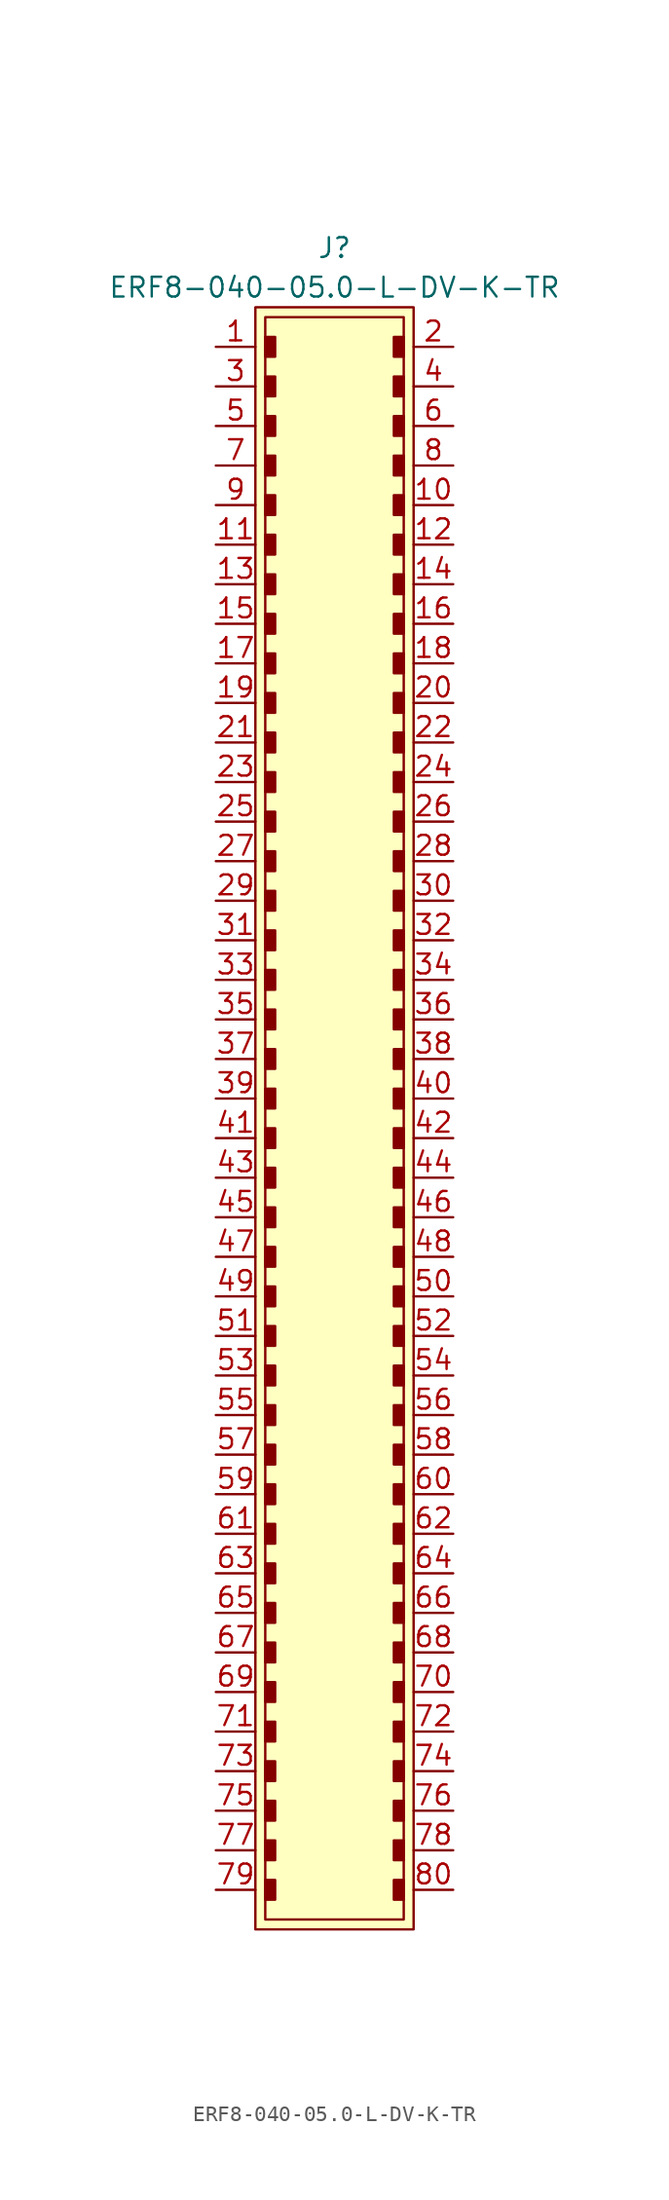
<source format=kicad_sym>
(kicad_symbol_lib
  (version 20220914)
  (generator kicad_symbol_editor)
  (symbol "ERF8-040-05.0-L-DV-K-TR"
    (property "Reference" "J"
      (at 0 0 0)
      (effects (font (size 1.27 1.27))))
    (property "Value" "ERF8-040-05.0-L-DV-K-TR"
      (at 0 -2.54 0)
      (effects (font (size 1.27 1.27))))
    (symbol "ERF8-040-05.0-L-DV-K-TR_0_1"
      (rectangle (start -5.08 -3.81) (end 5.08 -107.95) (stroke (width 0) (type default)) (fill (type background)))
      (rectangle (start -4.445 -104.775) (end -3.81 -106.045) (stroke (width 0) (type default)) (fill (type outline)))
      (rectangle (start -4.445 -102.235) (end -3.81 -103.505) (stroke (width 0) (type default)) (fill (type outline)))
      (rectangle (start -4.445 -99.695) (end -3.81 -100.965) (stroke (width 0) (type default)) (fill (type outline)))
      (rectangle (start -4.445 -97.155) (end -3.81 -98.425) (stroke (width 0) (type default)) (fill (type outline)))
      (rectangle (start -4.445 -94.615) (end -3.81 -95.885) (stroke (width 0) (type default)) (fill (type outline)))
      (rectangle (start -4.445 -92.075) (end -3.81 -93.345) (stroke (width 0) (type default)) (fill (type outline)))
      (rectangle (start -4.445 -89.535) (end -3.81 -90.805) (stroke (width 0) (type default)) (fill (type outline)))
      (rectangle (start -4.445 -86.995) (end -3.81 -88.265) (stroke (width 0) (type default)) (fill (type outline)))
      (rectangle (start -4.445 -84.455) (end -3.81 -85.725) (stroke (width 0) (type default)) (fill (type outline)))
      (rectangle (start -4.445 -81.915) (end -3.81 -83.185) (stroke (width 0) (type default)) (fill (type outline)))
      (rectangle (start -4.445 -79.375) (end -3.81 -80.645) (stroke (width 0) (type default)) (fill (type outline)))
      (rectangle (start -4.445 -76.835) (end -3.81 -78.105) (stroke (width 0) (type default)) (fill (type outline)))
      (rectangle (start -4.445 -74.295) (end -3.81 -75.565) (stroke (width 0) (type default)) (fill (type outline)))
      (rectangle (start -4.445 -71.755) (end -3.81 -73.025) (stroke (width 0) (type default)) (fill (type outline)))
      (rectangle (start -4.445 -69.215) (end -3.81 -70.485) (stroke (width 0) (type default)) (fill (type outline)))
      (rectangle (start -4.445 -66.675) (end -3.81 -67.945) (stroke (width 0) (type default)) (fill (type outline)))
      (rectangle (start -4.445 -64.135) (end -3.81 -65.405) (stroke (width 0) (type default)) (fill (type outline)))
      (rectangle (start -4.445 -61.595) (end -3.81 -62.865) (stroke (width 0) (type default)) (fill (type outline)))
      (rectangle (start -4.445 -59.055) (end -3.81 -60.325) (stroke (width 0) (type default)) (fill (type outline)))
      (rectangle (start -4.445 -56.515) (end -3.81 -57.785) (stroke (width 0) (type default)) (fill (type outline)))
      (rectangle (start -4.445 -53.975) (end -3.81 -55.245) (stroke (width 0) (type default)) (fill (type outline)))
      (rectangle (start -4.445 -51.435) (end -3.81 -52.705) (stroke (width 0) (type default)) (fill (type outline)))
      (rectangle (start -4.445 -48.895) (end -3.81 -50.165) (stroke (width 0) (type default)) (fill (type outline)))
      (rectangle (start -4.445 -46.355) (end -3.81 -47.625) (stroke (width 0) (type default)) (fill (type outline)))
      (rectangle (start -4.445 -43.815) (end -3.81 -45.085) (stroke (width 0) (type default)) (fill (type outline)))
      (rectangle (start -4.445 -41.275) (end -3.81 -42.545) (stroke (width 0) (type default)) (fill (type outline)))
      (rectangle (start -4.445 -38.735) (end -3.81 -40.005) (stroke (width 0) (type default)) (fill (type outline)))
      (rectangle (start -4.445 -36.195) (end -3.81 -37.465) (stroke (width 0) (type default)) (fill (type outline)))
      (rectangle (start -4.445 -33.655) (end -3.81 -34.925) (stroke (width 0) (type default)) (fill (type outline)))
      (rectangle (start -4.445 -31.115) (end -3.81 -32.385) (stroke (width 0) (type default)) (fill (type outline)))
      (rectangle (start -4.445 -28.575) (end -3.81 -29.845) (stroke (width 0) (type default)) (fill (type outline)))
      (rectangle (start -4.445 -26.035) (end -3.81 -27.305) (stroke (width 0) (type default)) (fill (type outline)))
      (rectangle (start -4.445 -23.495) (end -3.81 -24.765) (stroke (width 0) (type default)) (fill (type outline)))
      (rectangle (start -4.445 -20.955) (end -3.81 -22.225) (stroke (width 0) (type default)) (fill (type outline)))
      (rectangle (start -4.445 -18.415) (end -3.81 -19.685) (stroke (width 0) (type default)) (fill (type outline)))
      (rectangle (start -4.445 -15.875) (end -3.81 -17.145) (stroke (width 0) (type default)) (fill (type outline)))
      (rectangle (start -4.445 -13.335) (end -3.81 -14.605) (stroke (width 0) (type default)) (fill (type outline)))
      (rectangle (start -4.445 -10.795) (end -3.81 -12.065) (stroke (width 0) (type default)) (fill (type outline)))
      (rectangle (start -4.445 -8.255) (end -3.81 -9.525) (stroke (width 0) (type default)) (fill (type outline)))
      (rectangle (start -4.445 -5.715) (end -3.81 -6.985) (stroke (width 0) (type default)) (fill (type outline)))
      (rectangle (start -4.445 -4.445) (end 4.445 -107.315) (stroke (width 0) (type default)) (fill (type none)))
      (rectangle (start 3.81 -106.045) (end 4.445 -104.775) (stroke (width 0) (type default)) (fill (type outline)))
      (rectangle (start 3.81 -103.505) (end 4.445 -102.235) (stroke (width 0) (type default)) (fill (type outline)))
      (rectangle (start 3.81 -100.965) (end 4.445 -99.695) (stroke (width 0) (type default)) (fill (type outline)))
      (rectangle (start 3.81 -98.425) (end 4.445 -97.155) (stroke (width 0) (type default)) (fill (type outline)))
      (rectangle (start 3.81 -95.885) (end 4.445 -94.615) (stroke (width 0) (type default)) (fill (type outline)))
      (rectangle (start 3.81 -93.345) (end 4.445 -92.075) (stroke (width 0) (type default)) (fill (type outline)))
      (rectangle (start 3.81 -90.805) (end 4.445 -89.535) (stroke (width 0) (type default)) (fill (type outline)))
      (rectangle (start 3.81 -88.265) (end 4.445 -86.995) (stroke (width 0) (type default)) (fill (type outline)))
      (rectangle (start 3.81 -85.725) (end 4.445 -84.455) (stroke (width 0) (type default)) (fill (type outline)))
      (rectangle (start 3.81 -83.185) (end 4.445 -81.915) (stroke (width 0) (type default)) (fill (type outline)))
      (rectangle (start 3.81 -80.645) (end 4.445 -79.375) (stroke (width 0) (type default)) (fill (type outline)))
      (rectangle (start 3.81 -78.105) (end 4.445 -76.835) (stroke (width 0) (type default)) (fill (type outline)))
      (rectangle (start 3.81 -75.565) (end 4.445 -74.295) (stroke (width 0) (type default)) (fill (type outline)))
      (rectangle (start 3.81 -73.025) (end 4.445 -71.755) (stroke (width 0) (type default)) (fill (type outline)))
      (rectangle (start 3.81 -70.485) (end 4.445 -69.215) (stroke (width 0) (type default)) (fill (type outline)))
      (rectangle (start 3.81 -67.945) (end 4.445 -66.675) (stroke (width 0) (type default)) (fill (type outline)))
      (rectangle (start 3.81 -65.405) (end 4.445 -64.135) (stroke (width 0) (type default)) (fill (type outline)))
      (rectangle (start 3.81 -62.865) (end 4.445 -61.595) (stroke (width 0) (type default)) (fill (type outline)))
      (rectangle (start 3.81 -60.325) (end 4.445 -59.055) (stroke (width 0) (type default)) (fill (type outline)))
      (rectangle (start 3.81 -57.785) (end 4.445 -56.515) (stroke (width 0) (type default)) (fill (type outline)))
      (rectangle (start 3.81 -55.245) (end 4.445 -53.975) (stroke (width 0) (type default)) (fill (type outline)))
      (rectangle (start 3.81 -52.705) (end 4.445 -51.435) (stroke (width 0) (type default)) (fill (type outline)))
      (rectangle (start 3.81 -50.165) (end 4.445 -48.895) (stroke (width 0) (type default)) (fill (type outline)))
      (rectangle (start 3.81 -47.625) (end 4.445 -46.355) (stroke (width 0) (type default)) (fill (type outline)))
      (rectangle (start 3.81 -45.085) (end 4.445 -43.815) (stroke (width 0) (type default)) (fill (type outline)))
      (rectangle (start 3.81 -42.545) (end 4.445 -41.275) (stroke (width 0) (type default)) (fill (type outline)))
      (rectangle (start 3.81 -40.005) (end 4.445 -38.735) (stroke (width 0) (type default)) (fill (type outline)))
      (rectangle (start 3.81 -37.465) (end 4.445 -36.195) (stroke (width 0) (type default)) (fill (type outline)))
      (rectangle (start 3.81 -34.925) (end 4.445 -33.655) (stroke (width 0) (type default)) (fill (type outline)))
      (rectangle (start 3.81 -32.385) (end 4.445 -31.115) (stroke (width 0) (type default)) (fill (type outline)))
      (rectangle (start 3.81 -29.845) (end 4.445 -28.575) (stroke (width 0) (type default)) (fill (type outline)))
      (rectangle (start 3.81 -27.305) (end 4.445 -26.035) (stroke (width 0) (type default)) (fill (type outline)))
      (rectangle (start 3.81 -24.765) (end 4.445 -23.495) (stroke (width 0) (type default)) (fill (type outline)))
      (rectangle (start 3.81 -22.225) (end 4.445 -20.955) (stroke (width 0) (type default)) (fill (type outline)))
      (rectangle (start 3.81 -19.685) (end 4.445 -18.415) (stroke (width 0) (type default)) (fill (type outline)))
      (rectangle (start 3.81 -17.145) (end 4.445 -15.875) (stroke (width 0) (type default)) (fill (type outline)))
      (rectangle (start 3.81 -14.605) (end 4.445 -13.335) (stroke (width 0) (type default)) (fill (type outline)))
      (rectangle (start 3.81 -12.065) (end 4.445 -10.795) (stroke (width 0) (type default)) (fill (type outline)))
      (rectangle (start 3.81 -9.525) (end 4.445 -8.255) (stroke (width 0) (type default)) (fill (type outline)))
      (rectangle (start 3.81 -6.985) (end 4.445 -5.715) (stroke (width 0) (type default)) (fill (type outline))))
    (symbol "ERF8-040-05.0-L-DV-K-TR_1_1"
      (pin passive line (at -7.62 -6.35 0) (length 2.54) (name "" (effects (font (size 1.27 1.27)))) (number "1" (effects (font (size 1.27 1.27)))))
      (pin passive line (at 7.62 -16.51 180) (length 2.54) (name "" (effects (font (size 1.27 1.27)))) (number "10" (effects (font (size 1.27 1.27)))))
      (pin passive line (at -7.62 -19.05 0) (length 2.54) (name "" (effects (font (size 1.27 1.27)))) (number "11" (effects (font (size 1.27 1.27)))))
      (pin passive line (at 7.62 -19.05 180) (length 2.54) (name "" (effects (font (size 1.27 1.27)))) (number "12" (effects (font (size 1.27 1.27)))))
      (pin passive line (at -7.62 -21.59 0) (length 2.54) (name "" (effects (font (size 1.27 1.27)))) (number "13" (effects (font (size 1.27 1.27)))))
      (pin passive line (at 7.62 -21.59 180) (length 2.54) (name "" (effects (font (size 1.27 1.27)))) (number "14" (effects (font (size 1.27 1.27)))))
      (pin passive line (at -7.62 -24.13 0) (length 2.54) (name "" (effects (font (size 1.27 1.27)))) (number "15" (effects (font (size 1.27 1.27)))))
      (pin passive line (at 7.62 -24.13 180) (length 2.54) (name "" (effects (font (size 1.27 1.27)))) (number "16" (effects (font (size 1.27 1.27)))))
      (pin passive line (at -7.62 -26.67 0) (length 2.54) (name "" (effects (font (size 1.27 1.27)))) (number "17" (effects (font (size 1.27 1.27)))))
      (pin passive line (at 7.62 -26.67 180) (length 2.54) (name "" (effects (font (size 1.27 1.27)))) (number "18" (effects (font (size 1.27 1.27)))))
      (pin passive line (at -7.62 -29.21 0) (length 2.54) (name "" (effects (font (size 1.27 1.27)))) (number "19" (effects (font (size 1.27 1.27)))))
      (pin passive line (at 7.62 -6.35 180) (length 2.54) (name "" (effects (font (size 1.27 1.27)))) (number "2" (effects (font (size 1.27 1.27)))))
      (pin passive line (at 7.62 -29.21 180) (length 2.54) (name "" (effects (font (size 1.27 1.27)))) (number "20" (effects (font (size 1.27 1.27)))))
      (pin passive line (at -7.62 -31.75 0) (length 2.54) (name "" (effects (font (size 1.27 1.27)))) (number "21" (effects (font (size 1.27 1.27)))))
      (pin passive line (at 7.62 -31.75 180) (length 2.54) (name "" (effects (font (size 1.27 1.27)))) (number "22" (effects (font (size 1.27 1.27)))))
      (pin passive line (at -7.62 -34.29 0) (length 2.54) (name "" (effects (font (size 1.27 1.27)))) (number "23" (effects (font (size 1.27 1.27)))))
      (pin passive line (at 7.62 -34.29 180) (length 2.54) (name "" (effects (font (size 1.27 1.27)))) (number "24" (effects (font (size 1.27 1.27)))))
      (pin passive line (at -7.62 -36.83 0) (length 2.54) (name "" (effects (font (size 1.27 1.27)))) (number "25" (effects (font (size 1.27 1.27)))))
      (pin passive line (at 7.62 -36.83 180) (length 2.54) (name "" (effects (font (size 1.27 1.27)))) (number "26" (effects (font (size 1.27 1.27)))))
      (pin passive line (at -7.62 -39.37 0) (length 2.54) (name "" (effects (font (size 1.27 1.27)))) (number "27" (effects (font (size 1.27 1.27)))))
      (pin passive line (at 7.62 -39.37 180) (length 2.54) (name "" (effects (font (size 1.27 1.27)))) (number "28" (effects (font (size 1.27 1.27)))))
      (pin passive line (at -7.62 -41.91 0) (length 2.54) (name "" (effects (font (size 1.27 1.27)))) (number "29" (effects (font (size 1.27 1.27)))))
      (pin passive line (at -7.62 -8.89 0) (length 2.54) (name "" (effects (font (size 1.27 1.27)))) (number "3" (effects (font (size 1.27 1.27)))))
      (pin passive line (at 7.62 -41.91 180) (length 2.54) (name "" (effects (font (size 1.27 1.27)))) (number "30" (effects (font (size 1.27 1.27)))))
      (pin passive line (at -7.62 -44.45 0) (length 2.54) (name "" (effects (font (size 1.27 1.27)))) (number "31" (effects (font (size 1.27 1.27)))))
      (pin passive line (at 7.62 -44.45 180) (length 2.54) (name "" (effects (font (size 1.27 1.27)))) (number "32" (effects (font (size 1.27 1.27)))))
      (pin passive line (at -7.62 -46.99 0) (length 2.54) (name "" (effects (font (size 1.27 1.27)))) (number "33" (effects (font (size 1.27 1.27)))))
      (pin passive line (at 7.62 -46.99 180) (length 2.54) (name "" (effects (font (size 1.27 1.27)))) (number "34" (effects (font (size 1.27 1.27)))))
      (pin passive line (at -7.62 -49.53 0) (length 2.54) (name "" (effects (font (size 1.27 1.27)))) (number "35" (effects (font (size 1.27 1.27)))))
      (pin passive line (at 7.62 -49.53 180) (length 2.54) (name "" (effects (font (size 1.27 1.27)))) (number "36" (effects (font (size 1.27 1.27)))))
      (pin passive line (at -7.62 -52.07 0) (length 2.54) (name "" (effects (font (size 1.27 1.27)))) (number "37" (effects (font (size 1.27 1.27)))))
      (pin passive line (at 7.62 -52.07 180) (length 2.54) (name "" (effects (font (size 1.27 1.27)))) (number "38" (effects (font (size 1.27 1.27)))))
      (pin passive line (at -7.62 -54.61 0) (length 2.54) (name "" (effects (font (size 1.27 1.27)))) (number "39" (effects (font (size 1.27 1.27)))))
      (pin passive line (at 7.62 -8.89 180) (length 2.54) (name "" (effects (font (size 1.27 1.27)))) (number "4" (effects (font (size 1.27 1.27)))))
      (pin passive line (at 7.62 -54.61 180) (length 2.54) (name "" (effects (font (size 1.27 1.27)))) (number "40" (effects (font (size 1.27 1.27)))))
      (pin passive line (at -7.62 -57.15 0) (length 2.54) (name "" (effects (font (size 1.27 1.27)))) (number "41" (effects (font (size 1.27 1.27)))))
      (pin passive line (at 7.62 -57.15 180) (length 2.54) (name "" (effects (font (size 1.27 1.27)))) (number "42" (effects (font (size 1.27 1.27)))))
      (pin passive line (at -7.62 -59.69 0) (length 2.54) (name "" (effects (font (size 1.27 1.27)))) (number "43" (effects (font (size 1.27 1.27)))))
      (pin passive line (at 7.62 -59.69 180) (length 2.54) (name "" (effects (font (size 1.27 1.27)))) (number "44" (effects (font (size 1.27 1.27)))))
      (pin passive line (at -7.62 -62.23 0) (length 2.54) (name "" (effects (font (size 1.27 1.27)))) (number "45" (effects (font (size 1.27 1.27)))))
      (pin passive line (at 7.62 -62.23 180) (length 2.54) (name "" (effects (font (size 1.27 1.27)))) (number "46" (effects (font (size 1.27 1.27)))))
      (pin passive line (at -7.62 -64.77 0) (length 2.54) (name "" (effects (font (size 1.27 1.27)))) (number "47" (effects (font (size 1.27 1.27)))))
      (pin passive line (at 7.62 -64.77 180) (length 2.54) (name "" (effects (font (size 1.27 1.27)))) (number "48" (effects (font (size 1.27 1.27)))))
      (pin passive line (at -7.62 -67.31 0) (length 2.54) (name "" (effects (font (size 1.27 1.27)))) (number "49" (effects (font (size 1.27 1.27)))))
      (pin passive line (at -7.62 -11.43 0) (length 2.54) (name "" (effects (font (size 1.27 1.27)))) (number "5" (effects (font (size 1.27 1.27)))))
      (pin passive line (at 7.62 -67.31 180) (length 2.54) (name "" (effects (font (size 1.27 1.27)))) (number "50" (effects (font (size 1.27 1.27)))))
      (pin passive line (at -7.62 -69.85 0) (length 2.54) (name "" (effects (font (size 1.27 1.27)))) (number "51" (effects (font (size 1.27 1.27)))))
      (pin passive line (at 7.62 -69.85 180) (length 2.54) (name "" (effects (font (size 1.27 1.27)))) (number "52" (effects (font (size 1.27 1.27)))))
      (pin passive line (at -7.62 -72.39 0) (length 2.54) (name "" (effects (font (size 1.27 1.27)))) (number "53" (effects (font (size 1.27 1.27)))))
      (pin passive line (at 7.62 -72.39 180) (length 2.54) (name "" (effects (font (size 1.27 1.27)))) (number "54" (effects (font (size 1.27 1.27)))))
      (pin passive line (at -7.62 -74.93 0) (length 2.54) (name "" (effects (font (size 1.27 1.27)))) (number "55" (effects (font (size 1.27 1.27)))))
      (pin passive line (at 7.62 -74.93 180) (length 2.54) (name "" (effects (font (size 1.27 1.27)))) (number "56" (effects (font (size 1.27 1.27)))))
      (pin passive line (at -7.62 -77.47 0) (length 2.54) (name "" (effects (font (size 1.27 1.27)))) (number "57" (effects (font (size 1.27 1.27)))))
      (pin passive line (at 7.62 -77.47 180) (length 2.54) (name "" (effects (font (size 1.27 1.27)))) (number "58" (effects (font (size 1.27 1.27)))))
      (pin passive line (at -7.62 -80.01 0) (length 2.54) (name "" (effects (font (size 1.27 1.27)))) (number "59" (effects (font (size 1.27 1.27)))))
      (pin passive line (at 7.62 -11.43 180) (length 2.54) (name "" (effects (font (size 1.27 1.27)))) (number "6" (effects (font (size 1.27 1.27)))))
      (pin passive line (at 7.62 -80.01 180) (length 2.54) (name "" (effects (font (size 1.27 1.27)))) (number "60" (effects (font (size 1.27 1.27)))))
      (pin passive line (at -7.62 -82.55 0) (length 2.54) (name "" (effects (font (size 1.27 1.27)))) (number "61" (effects (font (size 1.27 1.27)))))
      (pin passive line (at 7.62 -82.55 180) (length 2.54) (name "" (effects (font (size 1.27 1.27)))) (number "62" (effects (font (size 1.27 1.27)))))
      (pin passive line (at -7.62 -85.09 0) (length 2.54) (name "" (effects (font (size 1.27 1.27)))) (number "63" (effects (font (size 1.27 1.27)))))
      (pin passive line (at 7.62 -85.09 180) (length 2.54) (name "" (effects (font (size 1.27 1.27)))) (number "64" (effects (font (size 1.27 1.27)))))
      (pin passive line (at -7.62 -87.63 0) (length 2.54) (name "" (effects (font (size 1.27 1.27)))) (number "65" (effects (font (size 1.27 1.27)))))
      (pin passive line (at 7.62 -87.63 180) (length 2.54) (name "" (effects (font (size 1.27 1.27)))) (number "66" (effects (font (size 1.27 1.27)))))
      (pin passive line (at -7.62 -90.17 0) (length 2.54) (name "" (effects (font (size 1.27 1.27)))) (number "67" (effects (font (size 1.27 1.27)))))
      (pin passive line (at 7.62 -90.17 180) (length 2.54) (name "" (effects (font (size 1.27 1.27)))) (number "68" (effects (font (size 1.27 1.27)))))
      (pin passive line (at -7.62 -92.71 0) (length 2.54) (name "" (effects (font (size 1.27 1.27)))) (number "69" (effects (font (size 1.27 1.27)))))
      (pin passive line (at -7.62 -13.97 0) (length 2.54) (name "" (effects (font (size 1.27 1.27)))) (number "7" (effects (font (size 1.27 1.27)))))
      (pin passive line (at 7.62 -92.71 180) (length 2.54) (name "" (effects (font (size 1.27 1.27)))) (number "70" (effects (font (size 1.27 1.27)))))
      (pin passive line (at -7.62 -95.25 0) (length 2.54) (name "" (effects (font (size 1.27 1.27)))) (number "71" (effects (font (size 1.27 1.27)))))
      (pin passive line (at 7.62 -95.25 180) (length 2.54) (name "" (effects (font (size 1.27 1.27)))) (number "72" (effects (font (size 1.27 1.27)))))
      (pin passive line (at -7.62 -97.79 0) (length 2.54) (name "" (effects (font (size 1.27 1.27)))) (number "73" (effects (font (size 1.27 1.27)))))
      (pin passive line (at 7.62 -97.79 180) (length 2.54) (name "" (effects (font (size 1.27 1.27)))) (number "74" (effects (font (size 1.27 1.27)))))
      (pin passive line (at -7.62 -100.33 0) (length 2.54) (name "" (effects (font (size 1.27 1.27)))) (number "75" (effects (font (size 1.27 1.27)))))
      (pin passive line (at 7.62 -100.33 180) (length 2.54) (name "" (effects (font (size 1.27 1.27)))) (number "76" (effects (font (size 1.27 1.27)))))
      (pin passive line (at -7.62 -102.87 0) (length 2.54) (name "" (effects (font (size 1.27 1.27)))) (number "77" (effects (font (size 1.27 1.27)))))
      (pin passive line (at 7.62 -102.87 180) (length 2.54) (name "" (effects (font (size 1.27 1.27)))) (number "78" (effects (font (size 1.27 1.27)))))
      (pin passive line (at -7.62 -105.41 0) (length 2.54) (name "" (effects (font (size 1.27 1.27)))) (number "79" (effects (font (size 1.27 1.27)))))
      (pin passive line (at 7.62 -13.97 180) (length 2.54) (name "" (effects (font (size 1.27 1.27)))) (number "8" (effects (font (size 1.27 1.27)))))
      (pin passive line (at 7.62 -105.41 180) (length 2.54) (name "" (effects (font (size 1.27 1.27)))) (number "80" (effects (font (size 1.27 1.27)))))
      (pin passive line (at -7.62 -16.51 0) (length 2.54) (name "" (effects (font (size 1.27 1.27)))) (number "9" (effects (font (size 1.27 1.27))))))))
</source>
